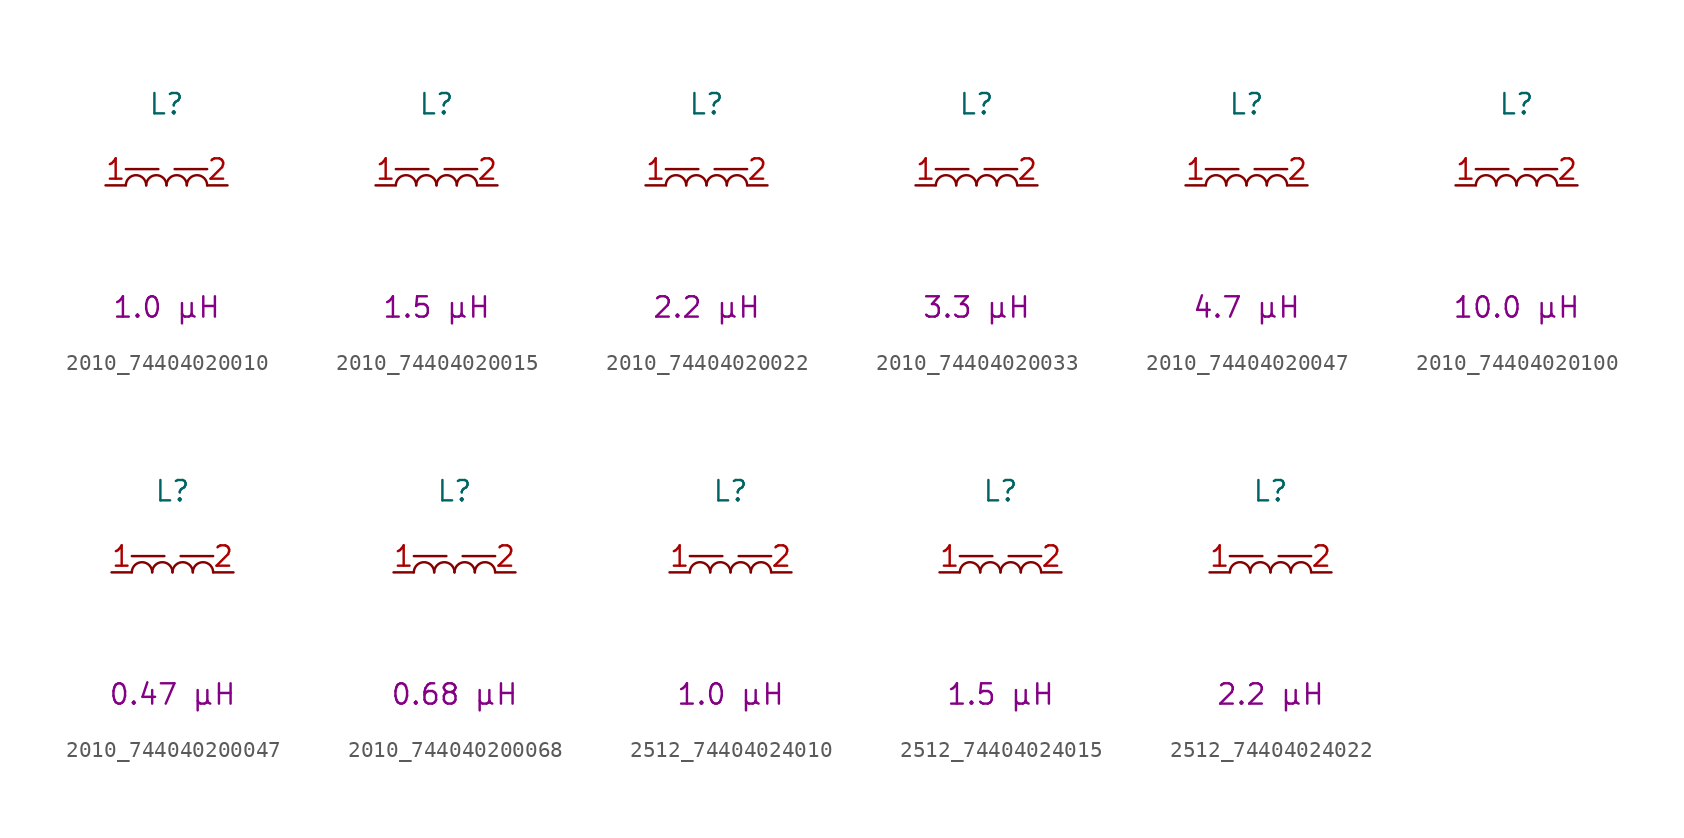
<source format=kicad_sym>
(kicad_symbol_lib
  (version 20220914)
  (generator kicad_symbol_editor)
  (symbol "2010_74404020010"
    (pin_names hide)
    (property "Reference" "L"
      (at 0 5.08 0)
      (effects (font (size 1.27 1.27))))
    (property "Critical Parameter" "1.0 µH"
      (at 0 -7.62 0)
      (effects (font (size 1.27 1.27))))
    (symbol "2010_74404020010_0_1"
      (arc (start -1.27 0) (mid -1.905 0.6323) (end -2.54 0) (stroke (width 0) (type default)) (fill (type none)))
      (arc (start 0 0) (mid -0.635 0.6323) (end -1.27 0) (stroke (width 0) (type default)) (fill (type none)))
      (polyline (pts (xy -2.54 1.016) (xy -0.508 1.016)) (stroke (width 0) (type default)) (fill (type none)))
      (arc (start 1.27 0) (mid 0.635 0.6323) (end 0 0) (stroke (width 0) (type default)) (fill (type none)))
      (arc (start 2.54 0) (mid 1.905 0.6323) (end 1.27 0) (stroke (width 0) (type default)) (fill (type none))))
    (symbol "2010_74404020010_1_1"
      (polyline (pts (xy 2.54 1.016) (xy 0.508 1.016)) (stroke (width 0) (type default)) (fill (type none)))
      (pin passive line (at -3.81 0 0) (length 1.27) (name "1" (effects (font (size 1.27 1.27)))) (number "1" (effects (font (size 1.27 1.27)))))
      (pin passive line (at 3.81 0 180) (length 1.27) (name "2" (effects (font (size 1.27 1.27)))) (number "2" (effects (font (size 1.27 1.27)))))))
  (symbol "2010_74404020015"
    (pin_names hide)
    (property "Reference" "L"
      (at 0 5.08 0)
      (effects (font (size 1.27 1.27))))
    (property "Critical Parameter" "1.5 µH"
      (at 0 -7.62 0)
      (effects (font (size 1.27 1.27))))
    (symbol "2010_74404020015_0_1"
      (arc (start -1.27 0) (mid -1.905 0.6323) (end -2.54 0) (stroke (width 0) (type default)) (fill (type none)))
      (arc (start 0 0) (mid -0.635 0.6323) (end -1.27 0) (stroke (width 0) (type default)) (fill (type none)))
      (polyline (pts (xy -2.54 1.016) (xy -0.508 1.016)) (stroke (width 0) (type default)) (fill (type none)))
      (arc (start 1.27 0) (mid 0.635 0.6323) (end 0 0) (stroke (width 0) (type default)) (fill (type none)))
      (arc (start 2.54 0) (mid 1.905 0.6323) (end 1.27 0) (stroke (width 0) (type default)) (fill (type none))))
    (symbol "2010_74404020015_1_1"
      (polyline (pts (xy 2.54 1.016) (xy 0.508 1.016)) (stroke (width 0) (type default)) (fill (type none)))
      (pin passive line (at -3.81 0 0) (length 1.27) (name "1" (effects (font (size 1.27 1.27)))) (number "1" (effects (font (size 1.27 1.27)))))
      (pin passive line (at 3.81 0 180) (length 1.27) (name "2" (effects (font (size 1.27 1.27)))) (number "2" (effects (font (size 1.27 1.27)))))))
  (symbol "2010_74404020022"
    (pin_names hide)
    (property "Reference" "L"
      (at 0 5.08 0)
      (effects (font (size 1.27 1.27))))
    (property "Critical Parameter" "2.2 µH"
      (at 0 -7.62 0)
      (effects (font (size 1.27 1.27))))
    (symbol "2010_74404020022_0_1"
      (arc (start -1.27 0) (mid -1.905 0.6323) (end -2.54 0) (stroke (width 0) (type default)) (fill (type none)))
      (arc (start 0 0) (mid -0.635 0.6323) (end -1.27 0) (stroke (width 0) (type default)) (fill (type none)))
      (polyline (pts (xy -2.54 1.016) (xy -0.508 1.016)) (stroke (width 0) (type default)) (fill (type none)))
      (arc (start 1.27 0) (mid 0.635 0.6323) (end 0 0) (stroke (width 0) (type default)) (fill (type none)))
      (arc (start 2.54 0) (mid 1.905 0.6323) (end 1.27 0) (stroke (width 0) (type default)) (fill (type none))))
    (symbol "2010_74404020022_1_1"
      (polyline (pts (xy 2.54 1.016) (xy 0.508 1.016)) (stroke (width 0) (type default)) (fill (type none)))
      (pin passive line (at -3.81 0 0) (length 1.27) (name "1" (effects (font (size 1.27 1.27)))) (number "1" (effects (font (size 1.27 1.27)))))
      (pin passive line (at 3.81 0 180) (length 1.27) (name "2" (effects (font (size 1.27 1.27)))) (number "2" (effects (font (size 1.27 1.27)))))))
  (symbol "2010_74404020033"
    (pin_names hide)
    (property "Reference" "L"
      (at 0 5.08 0)
      (effects (font (size 1.27 1.27))))
    (property "Critical Parameter" "3.3 µH"
      (at 0 -7.62 0)
      (effects (font (size 1.27 1.27))))
    (symbol "2010_74404020033_0_1"
      (arc (start -1.27 0) (mid -1.905 0.6323) (end -2.54 0) (stroke (width 0) (type default)) (fill (type none)))
      (arc (start 0 0) (mid -0.635 0.6323) (end -1.27 0) (stroke (width 0) (type default)) (fill (type none)))
      (polyline (pts (xy -2.54 1.016) (xy -0.508 1.016)) (stroke (width 0) (type default)) (fill (type none)))
      (arc (start 1.27 0) (mid 0.635 0.6323) (end 0 0) (stroke (width 0) (type default)) (fill (type none)))
      (arc (start 2.54 0) (mid 1.905 0.6323) (end 1.27 0) (stroke (width 0) (type default)) (fill (type none))))
    (symbol "2010_74404020033_1_1"
      (polyline (pts (xy 2.54 1.016) (xy 0.508 1.016)) (stroke (width 0) (type default)) (fill (type none)))
      (pin passive line (at -3.81 0 0) (length 1.27) (name "1" (effects (font (size 1.27 1.27)))) (number "1" (effects (font (size 1.27 1.27)))))
      (pin passive line (at 3.81 0 180) (length 1.27) (name "2" (effects (font (size 1.27 1.27)))) (number "2" (effects (font (size 1.27 1.27)))))))
  (symbol "2010_74404020047"
    (pin_names hide)
    (property "Reference" "L"
      (at 0 5.08 0)
      (effects (font (size 1.27 1.27))))
    (property "Critical Parameter" "4.7 µH"
      (at 0 -7.62 0)
      (effects (font (size 1.27 1.27))))
    (symbol "2010_74404020047_0_1"
      (arc (start -1.27 0) (mid -1.905 0.6323) (end -2.54 0) (stroke (width 0) (type default)) (fill (type none)))
      (arc (start 0 0) (mid -0.635 0.6323) (end -1.27 0) (stroke (width 0) (type default)) (fill (type none)))
      (polyline (pts (xy -2.54 1.016) (xy -0.508 1.016)) (stroke (width 0) (type default)) (fill (type none)))
      (arc (start 1.27 0) (mid 0.635 0.6323) (end 0 0) (stroke (width 0) (type default)) (fill (type none)))
      (arc (start 2.54 0) (mid 1.905 0.6323) (end 1.27 0) (stroke (width 0) (type default)) (fill (type none))))
    (symbol "2010_74404020047_1_1"
      (polyline (pts (xy 2.54 1.016) (xy 0.508 1.016)) (stroke (width 0) (type default)) (fill (type none)))
      (pin passive line (at -3.81 0 0) (length 1.27) (name "1" (effects (font (size 1.27 1.27)))) (number "1" (effects (font (size 1.27 1.27)))))
      (pin passive line (at 3.81 0 180) (length 1.27) (name "2" (effects (font (size 1.27 1.27)))) (number "2" (effects (font (size 1.27 1.27)))))))
  (symbol "2010_74404020100"
    (pin_names hide)
    (property "Reference" "L"
      (at 0 5.08 0)
      (effects (font (size 1.27 1.27))))
    (property "Critical Parameter" "10.0 µH"
      (at 0 -7.62 0)
      (effects (font (size 1.27 1.27))))
    (symbol "2010_74404020100_0_1"
      (arc (start -1.27 0) (mid -1.905 0.6323) (end -2.54 0) (stroke (width 0) (type default)) (fill (type none)))
      (arc (start 0 0) (mid -0.635 0.6323) (end -1.27 0) (stroke (width 0) (type default)) (fill (type none)))
      (polyline (pts (xy -2.54 1.016) (xy -0.508 1.016)) (stroke (width 0) (type default)) (fill (type none)))
      (arc (start 1.27 0) (mid 0.635 0.6323) (end 0 0) (stroke (width 0) (type default)) (fill (type none)))
      (arc (start 2.54 0) (mid 1.905 0.6323) (end 1.27 0) (stroke (width 0) (type default)) (fill (type none))))
    (symbol "2010_74404020100_1_1"
      (polyline (pts (xy 2.54 1.016) (xy 0.508 1.016)) (stroke (width 0) (type default)) (fill (type none)))
      (pin passive line (at -3.81 0 0) (length 1.27) (name "1" (effects (font (size 1.27 1.27)))) (number "1" (effects (font (size 1.27 1.27)))))
      (pin passive line (at 3.81 0 180) (length 1.27) (name "2" (effects (font (size 1.27 1.27)))) (number "2" (effects (font (size 1.27 1.27)))))))
  (symbol "2010_744040200047"
    (pin_names hide)
    (property "Reference" "L"
      (at 0 5.08 0)
      (effects (font (size 1.27 1.27))))
    (property "Critical Parameter" "0.47 µH"
      (at 0 -7.62 0)
      (effects (font (size 1.27 1.27))))
    (symbol "2010_744040200047_0_1"
      (arc (start -1.27 0) (mid -1.905 0.6323) (end -2.54 0) (stroke (width 0) (type default)) (fill (type none)))
      (arc (start 0 0) (mid -0.635 0.6323) (end -1.27 0) (stroke (width 0) (type default)) (fill (type none)))
      (polyline (pts (xy -2.54 1.016) (xy -0.508 1.016)) (stroke (width 0) (type default)) (fill (type none)))
      (arc (start 1.27 0) (mid 0.635 0.6323) (end 0 0) (stroke (width 0) (type default)) (fill (type none)))
      (arc (start 2.54 0) (mid 1.905 0.6323) (end 1.27 0) (stroke (width 0) (type default)) (fill (type none))))
    (symbol "2010_744040200047_1_1"
      (polyline (pts (xy 2.54 1.016) (xy 0.508 1.016)) (stroke (width 0) (type default)) (fill (type none)))
      (pin passive line (at -3.81 0 0) (length 1.27) (name "1" (effects (font (size 1.27 1.27)))) (number "1" (effects (font (size 1.27 1.27)))))
      (pin passive line (at 3.81 0 180) (length 1.27) (name "2" (effects (font (size 1.27 1.27)))) (number "2" (effects (font (size 1.27 1.27)))))))
  (symbol "2010_744040200068"
    (pin_names hide)
    (property "Reference" "L"
      (at 0 5.08 0)
      (effects (font (size 1.27 1.27))))
    (property "Critical Parameter" "0.68 µH"
      (at 0 -7.62 0)
      (effects (font (size 1.27 1.27))))
    (symbol "2010_744040200068_0_1"
      (arc (start -1.27 0) (mid -1.905 0.6323) (end -2.54 0) (stroke (width 0) (type default)) (fill (type none)))
      (arc (start 0 0) (mid -0.635 0.6323) (end -1.27 0) (stroke (width 0) (type default)) (fill (type none)))
      (polyline (pts (xy -2.54 1.016) (xy -0.508 1.016)) (stroke (width 0) (type default)) (fill (type none)))
      (arc (start 1.27 0) (mid 0.635 0.6323) (end 0 0) (stroke (width 0) (type default)) (fill (type none)))
      (arc (start 2.54 0) (mid 1.905 0.6323) (end 1.27 0) (stroke (width 0) (type default)) (fill (type none))))
    (symbol "2010_744040200068_1_1"
      (polyline (pts (xy 2.54 1.016) (xy 0.508 1.016)) (stroke (width 0) (type default)) (fill (type none)))
      (pin passive line (at -3.81 0 0) (length 1.27) (name "1" (effects (font (size 1.27 1.27)))) (number "1" (effects (font (size 1.27 1.27)))))
      (pin passive line (at 3.81 0 180) (length 1.27) (name "2" (effects (font (size 1.27 1.27)))) (number "2" (effects (font (size 1.27 1.27)))))))
  (symbol "2512_74404024010"
    (pin_names hide)
    (property "Reference" "L"
      (at 0 5.08 0)
      (effects (font (size 1.27 1.27))))
    (property "Critical Parameter" "1.0 µH"
      (at 0 -7.62 0)
      (effects (font (size 1.27 1.27))))
    (symbol "2512_74404024010_0_1"
      (arc (start -1.27 0) (mid -1.905 0.6323) (end -2.54 0) (stroke (width 0) (type default)) (fill (type none)))
      (arc (start 0 0) (mid -0.635 0.6323) (end -1.27 0) (stroke (width 0) (type default)) (fill (type none)))
      (polyline (pts (xy -2.54 1.016) (xy -0.508 1.016)) (stroke (width 0) (type default)) (fill (type none)))
      (arc (start 1.27 0) (mid 0.635 0.6323) (end 0 0) (stroke (width 0) (type default)) (fill (type none)))
      (arc (start 2.54 0) (mid 1.905 0.6323) (end 1.27 0) (stroke (width 0) (type default)) (fill (type none))))
    (symbol "2512_74404024010_1_1"
      (polyline (pts (xy 2.54 1.016) (xy 0.508 1.016)) (stroke (width 0) (type default)) (fill (type none)))
      (pin passive line (at -3.81 0 0) (length 1.27) (name "1" (effects (font (size 1.27 1.27)))) (number "1" (effects (font (size 1.27 1.27)))))
      (pin passive line (at 3.81 0 180) (length 1.27) (name "2" (effects (font (size 1.27 1.27)))) (number "2" (effects (font (size 1.27 1.27)))))))
  (symbol "2512_74404024015"
    (pin_names hide)
    (property "Reference" "L"
      (at 0 5.08 0)
      (effects (font (size 1.27 1.27))))
    (property "Critical Parameter" "1.5 µH"
      (at 0 -7.62 0)
      (effects (font (size 1.27 1.27))))
    (symbol "2512_74404024015_0_1"
      (arc (start -1.27 0) (mid -1.905 0.6323) (end -2.54 0) (stroke (width 0) (type default)) (fill (type none)))
      (arc (start 0 0) (mid -0.635 0.6323) (end -1.27 0) (stroke (width 0) (type default)) (fill (type none)))
      (polyline (pts (xy -2.54 1.016) (xy -0.508 1.016)) (stroke (width 0) (type default)) (fill (type none)))
      (arc (start 1.27 0) (mid 0.635 0.6323) (end 0 0) (stroke (width 0) (type default)) (fill (type none)))
      (arc (start 2.54 0) (mid 1.905 0.6323) (end 1.27 0) (stroke (width 0) (type default)) (fill (type none))))
    (symbol "2512_74404024015_1_1"
      (polyline (pts (xy 2.54 1.016) (xy 0.508 1.016)) (stroke (width 0) (type default)) (fill (type none)))
      (pin passive line (at -3.81 0 0) (length 1.27) (name "1" (effects (font (size 1.27 1.27)))) (number "1" (effects (font (size 1.27 1.27)))))
      (pin passive line (at 3.81 0 180) (length 1.27) (name "2" (effects (font (size 1.27 1.27)))) (number "2" (effects (font (size 1.27 1.27)))))))
  (symbol "2512_74404024022"
    (pin_names hide)
    (property "Reference" "L"
      (at 0 5.08 0)
      (effects (font (size 1.27 1.27))))
    (property "Critical Parameter" "2.2 µH"
      (at 0 -7.62 0)
      (effects (font (size 1.27 1.27))))
    (symbol "2512_74404024022_0_1"
      (arc (start -1.27 0) (mid -1.905 0.6323) (end -2.54 0) (stroke (width 0) (type default)) (fill (type none)))
      (arc (start 0 0) (mid -0.635 0.6323) (end -1.27 0) (stroke (width 0) (type default)) (fill (type none)))
      (polyline (pts (xy -2.54 1.016) (xy -0.508 1.016)) (stroke (width 0) (type default)) (fill (type none)))
      (arc (start 1.27 0) (mid 0.635 0.6323) (end 0 0) (stroke (width 0) (type default)) (fill (type none)))
      (arc (start 2.54 0) (mid 1.905 0.6323) (end 1.27 0) (stroke (width 0) (type default)) (fill (type none))))
    (symbol "2512_74404024022_1_1"
      (polyline (pts (xy 2.54 1.016) (xy 0.508 1.016)) (stroke (width 0) (type default)) (fill (type none)))
      (pin passive line (at -3.81 0 0) (length 1.27) (name "1" (effects (font (size 1.27 1.27)))) (number "1" (effects (font (size 1.27 1.27)))))
      (pin passive line (at 3.81 0 180) (length 1.27) (name "2" (effects (font (size 1.27 1.27)))) (number "2" (effects (font (size 1.27 1.27))))))))
</source>
